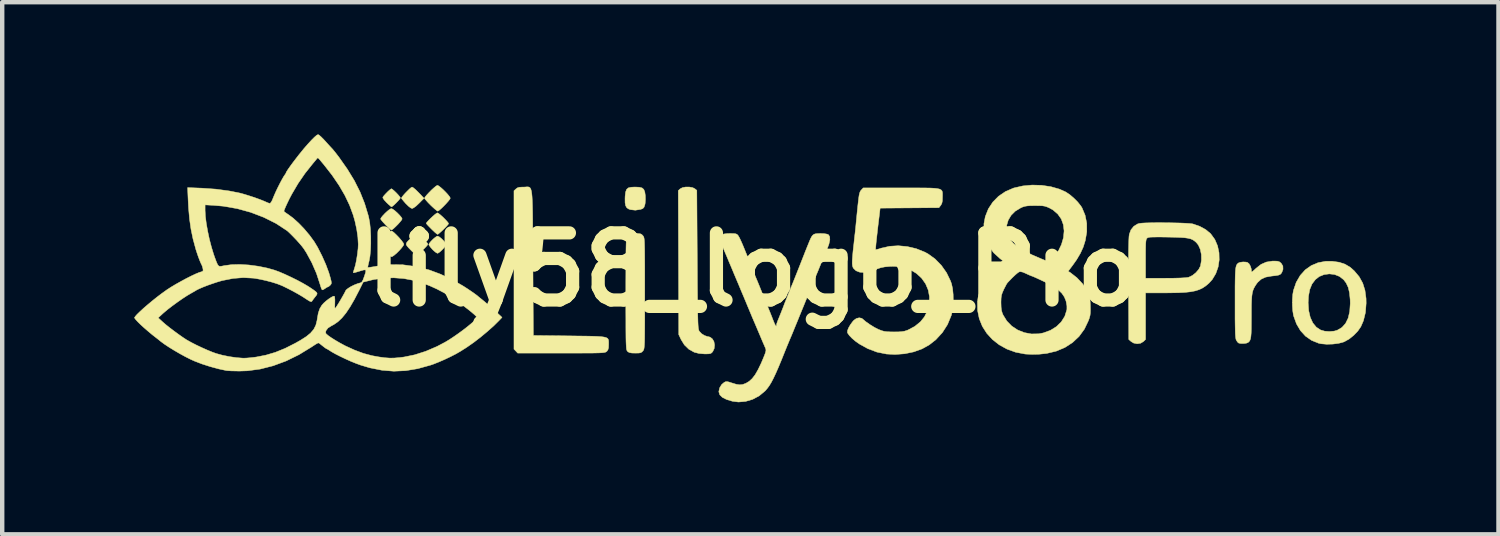
<source format=kicad_pcb>
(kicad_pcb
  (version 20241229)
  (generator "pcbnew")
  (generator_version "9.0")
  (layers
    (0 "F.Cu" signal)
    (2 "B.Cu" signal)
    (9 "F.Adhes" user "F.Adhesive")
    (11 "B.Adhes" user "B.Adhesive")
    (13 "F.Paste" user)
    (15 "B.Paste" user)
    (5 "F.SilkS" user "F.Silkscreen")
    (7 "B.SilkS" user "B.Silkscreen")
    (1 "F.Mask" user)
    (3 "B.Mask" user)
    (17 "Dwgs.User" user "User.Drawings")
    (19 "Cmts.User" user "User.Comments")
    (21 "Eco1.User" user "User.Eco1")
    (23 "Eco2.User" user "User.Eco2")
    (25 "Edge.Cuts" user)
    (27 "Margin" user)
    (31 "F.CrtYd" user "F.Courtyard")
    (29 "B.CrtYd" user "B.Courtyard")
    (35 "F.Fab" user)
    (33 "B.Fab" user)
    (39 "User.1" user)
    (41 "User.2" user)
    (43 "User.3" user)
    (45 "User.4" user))
  (footprint "lily58_logo_Pro"
    (layer "F.Cu")
    (at 14.053 3.073)
    (property "Reference" "lily58_logo_Pro" (at 0 0 0) (layer "F.SilkS") (effects (font (size 1.524 1.524) (thickness 0.3))))
    (attr through_hole)
    (fp_poly (pts (xy -7.134 -0.748) (xy -7.087 -0.712) (xy -7.039 -0.666) (xy -6.998 -0.618) (xy -6.977 -0.58) (xy -6.975 -0.571) (xy -6.989 -0.539) (xy -7.024 -0.493) (xy -7.07 -0.444) (xy -7.117 -0.401) (xy -7.156 -0.375) (xy -7.17 -0.372) (xy -7.199 -0.386) (xy -7.243 -0.421) (xy -7.283 -0.459) (xy -7.327 -0.509) (xy -7.357 -0.55) (xy -7.366 -0.57) (xy -7.352 -0.6) (xy -7.316 -0.644) (xy -7.27 -0.691) (xy -7.221 -0.732) (xy -7.182 -0.758) (xy -7.168 -0.762) (xy -7.134 -0.748)) (stroke (width 0.01) (type solid)) (fill yes) (layer "F.SilkS"))
    (fp_poly (pts (xy -2.589 -1.872) (xy -2.524 -1.856) (xy -2.484 -1.822) (xy -2.461 -1.764) (xy -2.449 -1.68) (xy -2.447 -1.591) (xy -2.453 -1.507) (xy -2.46 -1.471) (xy -2.479 -1.417) (xy -2.507 -1.387) (xy -2.555 -1.369) (xy -2.676 -1.35) (xy -2.787 -1.363) (xy -2.827 -1.377) (xy -2.869 -1.405) (xy -2.896 -1.451) (xy -2.909 -1.519) (xy -2.91 -1.617) (xy -2.908 -1.67) (xy -2.897 -1.762) (xy -2.875 -1.822) (xy -2.835 -1.857) (xy -2.769 -1.872) (xy -2.686 -1.876) (xy -2.589 -1.872)) (stroke (width 0.01) (type solid)) (fill yes) (layer "F.SilkS"))
    (fp_poly (pts (xy -7.718 -1.86) (xy -7.668 -1.819) (xy -7.601 -1.753) (xy -7.543 -1.693) (xy -7.475 -1.621) (xy -7.591 -1.504) (xy -7.654 -1.445) (xy -7.708 -1.405) (xy -7.744 -1.388) (xy -7.746 -1.388) (xy -7.779 -1.403) (xy -7.827 -1.44) (xy -7.881 -1.493) (xy -7.884 -1.495) (xy -7.932 -1.55) (xy -7.969 -1.595) (xy -7.988 -1.621) (xy -7.988 -1.622) (xy -7.978 -1.644) (xy -7.947 -1.684) (xy -7.903 -1.734) (xy -7.852 -1.786) (xy -7.804 -1.833) (xy -7.765 -1.865) (xy -7.745 -1.875) (xy -7.718 -1.86)) (stroke (width 0.01) (type solid)) (fill yes) (layer "F.SilkS"))
    (fp_poly (pts (xy -8.191 -1.823) (xy -8.151 -1.789) (xy -8.104 -1.744) (xy -8.059 -1.696) (xy -8.025 -1.655) (xy -8.011 -1.63) (xy -8.011 -1.63) (xy -8.024 -1.608) (xy -8.057 -1.568) (xy -8.101 -1.522) (xy -8.148 -1.476) (xy -8.188 -1.441) (xy -8.211 -1.426) (xy -8.212 -1.426) (xy -8.232 -1.439) (xy -8.271 -1.473) (xy -8.321 -1.52) (xy -8.325 -1.524) (xy -8.38 -1.584) (xy -8.408 -1.627) (xy -8.409 -1.646) (xy -8.383 -1.681) (xy -8.342 -1.726) (xy -8.296 -1.773) (xy -8.252 -1.812) (xy -8.222 -1.834) (xy -8.215 -1.837) (xy -8.191 -1.823)) (stroke (width 0.01) (type solid)) (fill yes) (layer "F.SilkS"))
    (fp_poly (pts (xy -7.617 -0.808) (xy -7.574 -0.774) (xy -7.522 -0.729) (xy -7.468 -0.678) (xy -7.423 -0.631) (xy -7.393 -0.595) (xy -7.386 -0.581) (xy -7.399 -0.556) (xy -7.434 -0.515) (xy -7.483 -0.465) (xy -7.536 -0.414) (xy -7.586 -0.37) (xy -7.625 -0.341) (xy -7.641 -0.334) (xy -7.668 -0.348) (xy -7.712 -0.383) (xy -7.757 -0.427) (xy -7.823 -0.494) (xy -7.863 -0.541) (xy -7.88 -0.576) (xy -7.872 -0.608) (xy -7.843 -0.646) (xy -7.791 -0.698) (xy -7.785 -0.704) (xy -7.729 -0.758) (xy -7.681 -0.798) (xy -7.648 -0.819) (xy -7.642 -0.821) (xy -7.617 -0.808)) (stroke (width 0.01) (type solid)) (fill yes) (layer "F.SilkS"))
    (fp_poly (pts (xy -8.185 -1.374) (xy -8.137 -1.339) (xy -8.083 -1.291) (xy -8.031 -1.238) (xy -7.991 -1.191) (xy -7.972 -1.156) (xy -7.972 -1.151) (xy -7.985 -1.126) (xy -8.019 -1.083) (xy -8.065 -1.031) (xy -8.117 -0.979) (xy -8.165 -0.934) (xy -8.201 -0.906) (xy -8.215 -0.9) (xy -8.237 -0.914) (xy -8.278 -0.949) (xy -8.331 -1) (xy -8.348 -1.017) (xy -8.4 -1.073) (xy -8.439 -1.119) (xy -8.459 -1.148) (xy -8.46 -1.153) (xy -8.446 -1.182) (xy -8.41 -1.226) (xy -8.361 -1.278) (xy -8.308 -1.327) (xy -8.259 -1.366) (xy -8.223 -1.386) (xy -8.217 -1.387) (xy -8.185 -1.374)) (stroke (width 0.01) (type solid)) (fill yes) (layer "F.SilkS"))
    (fp_poly (pts (xy -7.144 -1.276) (xy -7.101 -1.242) (xy -7.048 -1.195) (xy -6.996 -1.143) (xy -6.951 -1.095) (xy -6.922 -1.058) (xy -6.917 -1.045) (xy -6.93 -1.023) (xy -6.965 -0.984) (xy -7.012 -0.935) (xy -7.065 -0.884) (xy -7.114 -0.84) (xy -7.151 -0.809) (xy -7.167 -0.801) (xy -7.188 -0.814) (xy -7.228 -0.848) (xy -7.281 -0.898) (xy -7.304 -0.92) (xy -7.358 -0.975) (xy -7.4 -1.019) (xy -7.422 -1.047) (xy -7.425 -1.051) (xy -7.411 -1.074) (xy -7.375 -1.114) (xy -7.327 -1.163) (xy -7.273 -1.213) (xy -7.223 -1.256) (xy -7.185 -1.283) (xy -7.171 -1.29) (xy -7.144 -1.276)) (stroke (width 0.01) (type solid)) (fill yes) (layer "F.SilkS"))
    (fp_poly (pts (xy -8.186 -0.865) (xy -8.142 -0.828) (xy -8.089 -0.776) (xy -8.034 -0.718) (xy -7.985 -0.66) (xy -7.949 -0.611) (xy -7.933 -0.58) (xy -7.933 -0.577) (xy -7.946 -0.544) (xy -7.983 -0.495) (xy -8.033 -0.438) (xy -8.09 -0.381) (xy -8.145 -0.333) (xy -8.19 -0.301) (xy -8.212 -0.293) (xy -8.241 -0.306) (xy -8.289 -0.341) (xy -8.347 -0.391) (xy -8.373 -0.415) (xy -8.434 -0.478) (xy -8.477 -0.533) (xy -8.498 -0.571) (xy -8.499 -0.577) (xy -8.486 -0.605) (xy -8.451 -0.652) (xy -8.403 -0.709) (xy -8.348 -0.768) (xy -8.293 -0.821) (xy -8.247 -0.86) (xy -8.217 -0.879) (xy -8.214 -0.879) (xy -8.186 -0.865)) (stroke (width 0.01) (type solid)) (fill yes) (layer "F.SilkS"))
    (fp_poly (pts (xy -7.141 -1.901) (xy -7.094 -1.865) (xy -7.038 -1.815) (xy -6.981 -1.758) (xy -6.93 -1.702) (xy -6.893 -1.655) (xy -6.878 -1.624) (xy -6.878 -1.624) (xy -6.891 -1.597) (xy -6.926 -1.552) (xy -6.975 -1.497) (xy -7.03 -1.44) (xy -7.085 -1.387) (xy -7.131 -1.348) (xy -7.161 -1.329) (xy -7.165 -1.329) (xy -7.187 -1.342) (xy -7.23 -1.377) (xy -7.286 -1.428) (xy -7.325 -1.465) (xy -7.384 -1.525) (xy -7.43 -1.577) (xy -7.458 -1.612) (xy -7.464 -1.623) (xy -7.45 -1.65) (xy -7.414 -1.694) (xy -7.364 -1.748) (xy -7.308 -1.805) (xy -7.252 -1.856) (xy -7.205 -1.895) (xy -7.174 -1.914) (xy -7.17 -1.915) (xy -7.141 -1.901)) (stroke (width 0.01) (type solid)) (fill yes) (layer "F.SilkS"))
    (fp_poly (pts (xy -1.448 -1.876) (xy -1.373 -1.862) (xy -1.326 -1.838) (xy -1.28 -1.801) (xy -1.27 -0.231) (xy -1.268 0.053) (xy -1.267 0.302) (xy -1.265 0.516) (xy -1.263 0.699) (xy -1.262 0.854) (xy -1.26 0.982) (xy -1.257 1.088) (xy -1.255 1.172) (xy -1.252 1.238) (xy -1.249 1.289) (xy -1.245 1.327) (xy -1.24 1.355) (xy -1.235 1.375) (xy -1.229 1.39) (xy -1.222 1.401) (xy -1.174 1.453) (xy -1.105 1.496) (xy -1.032 1.521) (xy -1.005 1.524) (xy -0.972 1.537) (xy -0.931 1.569) (xy -0.927 1.572) (xy -0.891 1.633) (xy -0.877 1.712) (xy -0.886 1.793) (xy -0.918 1.861) (xy -0.92 1.863) (xy -0.944 1.89) (xy -0.973 1.906) (xy -1.015 1.912) (xy -1.084 1.914) (xy -1.1 1.914) (xy -1.231 1.903) (xy -1.339 1.875) (xy -1.46 1.808) (xy -1.562 1.709) (xy -1.638 1.586) (xy -1.69 1.475) (xy -1.695 -0.16) (xy -1.701 -1.795) (xy -1.658 -1.835) (xy -1.605 -1.863) (xy -1.53 -1.877) (xy -1.448 -1.876)) (stroke (width 0.01) (type solid)) (fill yes) (layer "F.SilkS"))
    (fp_poly (pts (xy -5.098 -1.877) (xy -5.078 -1.869) (xy -5.062 -1.853) (xy -5.048 -1.825) (xy -5.037 -1.785) (xy -5.028 -1.729) (xy -5.021 -1.655) (xy -5.016 -1.561) (xy -5.012 -1.445) (xy -5.009 -1.303) (xy -5.007 -1.135) (xy -5.006 -0.936) (xy -5.005 -0.705) (xy -5.003 -0.44) (xy -5.002 -0.16) (xy -4.992 1.495) (xy -4.177 1.504) (xy -3.967 1.507) (xy -3.792 1.509) (xy -3.65 1.512) (xy -3.537 1.516) (xy -3.45 1.522) (xy -3.385 1.531) (xy -3.339 1.543) (xy -3.309 1.559) (xy -3.292 1.581) (xy -3.284 1.608) (xy -3.282 1.641) (xy -3.282 1.681) (xy -3.282 1.699) (xy -3.285 1.771) (xy -3.297 1.817) (xy -3.319 1.85) (xy -3.325 1.855) (xy -3.336 1.864) (xy -3.349 1.872) (xy -3.368 1.878) (xy -3.396 1.883) (xy -3.436 1.887) (xy -3.492 1.89) (xy -3.567 1.892) (xy -3.664 1.894) (xy -3.787 1.894) (xy -3.939 1.895) (xy -4.123 1.895) (xy -4.343 1.895) (xy -5.347 1.895) (xy -5.389 1.85) (xy -5.432 1.805) (xy -5.432 -1.791) (xy -5.386 -1.833) (xy -5.353 -1.858) (xy -5.309 -1.871) (xy -5.244 -1.875) (xy -5.216 -1.875) (xy -5.18 -1.876) (xy -5.149 -1.879) (xy -5.122 -1.88) (xy -5.098 -1.877)) (stroke (width 0.01) (type solid)) (fill yes) (layer "F.SilkS"))
    (fp_poly (pts (xy 13.306 -0.168) (xy 13.439 -0.124) (xy 13.557 -0.054) (xy 13.649 0.028) (xy 13.76 0.16) (xy 13.841 0.306) (xy 13.892 0.469) (xy 13.917 0.655) (xy 13.919 0.762) (xy 13.903 0.973) (xy 13.857 1.16) (xy 13.798 1.296) (xy 13.73 1.394) (xy 13.638 1.49) (xy 13.534 1.574) (xy 13.429 1.633) (xy 13.409 1.642) (xy 13.296 1.673) (xy 13.162 1.69) (xy 13.024 1.694) (xy 12.897 1.683) (xy 12.837 1.67) (xy 12.68 1.606) (xy 12.542 1.51) (xy 12.427 1.384) (xy 12.337 1.231) (xy 12.273 1.054) (xy 12.268 1.036) (xy 12.252 0.934) (xy 12.244 0.811) (xy 12.244 0.752) (xy 12.602 0.752) (xy 12.614 0.93) (xy 12.65 1.084) (xy 12.708 1.21) (xy 12.788 1.307) (xy 12.884 1.37) (xy 12.977 1.397) (xy 13.085 1.405) (xy 13.192 1.396) (xy 13.262 1.376) (xy 13.369 1.313) (xy 13.452 1.221) (xy 13.511 1.1) (xy 13.546 0.95) (xy 13.558 0.769) (xy 13.556 0.681) (xy 13.541 0.527) (xy 13.512 0.403) (xy 13.465 0.303) (xy 13.407 0.227) (xy 13.313 0.154) (xy 13.202 0.11) (xy 13.083 0.096) (xy 12.963 0.112) (xy 12.852 0.157) (xy 12.765 0.226) (xy 12.689 0.327) (xy 12.638 0.452) (xy 12.61 0.603) (xy 12.602 0.752) (xy 12.244 0.752) (xy 12.244 0.681) (xy 12.253 0.559) (xy 12.269 0.469) (xy 12.331 0.288) (xy 12.421 0.133) (xy 12.535 0.005) (xy 12.672 -0.092) (xy 12.828 -0.158) (xy 13.002 -0.19) (xy 13.147 -0.19) (xy 13.306 -0.168)) (stroke (width 0.01) (type solid)) (fill yes) (layer "F.SilkS"))
    (fp_poly (pts (xy -2.61 -0.819) (xy -2.563 -0.814) (xy -2.532 -0.8) (xy -2.508 -0.776) (xy -2.502 -0.769) (xy -2.494 -0.758) (xy -2.487 -0.745) (xy -2.481 -0.728) (xy -2.476 -0.702) (xy -2.472 -0.666) (xy -2.469 -0.617) (xy -2.467 -0.551) (xy -2.465 -0.466) (xy -2.464 -0.358) (xy -2.463 -0.226) (xy -2.462 -0.064) (xy -2.462 0.128) (xy -2.462 0.354) (xy -2.462 0.537) (xy -2.462 0.79) (xy -2.462 1.006) (xy -2.462 1.189) (xy -2.463 1.341) (xy -2.464 1.466) (xy -2.465 1.567) (xy -2.467 1.647) (xy -2.47 1.708) (xy -2.474 1.753) (xy -2.478 1.785) (xy -2.483 1.808) (xy -2.489 1.824) (xy -2.496 1.836) (xy -2.502 1.844) (xy -2.528 1.871) (xy -2.557 1.887) (xy -2.602 1.894) (xy -2.673 1.895) (xy -2.678 1.895) (xy -2.757 1.893) (xy -2.807 1.884) (xy -2.841 1.867) (xy -2.853 1.856) (xy -2.86 1.847) (xy -2.867 1.836) (xy -2.873 1.82) (xy -2.878 1.795) (xy -2.881 1.759) (xy -2.884 1.709) (xy -2.887 1.641) (xy -2.889 1.555) (xy -2.89 1.445) (xy -2.891 1.31) (xy -2.891 1.146) (xy -2.892 0.951) (xy -2.892 0.722) (xy -2.892 0.546) (xy -2.892 0.29) (xy -2.891 0.07) (xy -2.891 -0.117) (xy -2.89 -0.274) (xy -2.889 -0.402) (xy -2.887 -0.506) (xy -2.885 -0.588) (xy -2.882 -0.651) (xy -2.878 -0.697) (xy -2.874 -0.731) (xy -2.869 -0.753) (xy -2.863 -0.768) (xy -2.86 -0.772) (xy -2.84 -0.798) (xy -2.814 -0.812) (xy -2.772 -0.819) (xy -2.704 -0.821) (xy -2.686 -0.821) (xy -2.61 -0.819)) (stroke (width 0.01) (type solid)) (fill yes) (layer "F.SilkS"))
    (fp_poly (pts (xy 11.904 -0.192) (xy 11.951 -0.177) (xy 11.988 -0.147) (xy 12.028 -0.083) (xy 12.031 -0.008) (xy 12.006 0.059) (xy 11.987 0.09) (xy 11.964 0.11) (xy 11.926 0.125) (xy 11.868 0.135) (xy 11.779 0.145) (xy 11.764 0.147) (xy 11.636 0.17) (xy 11.536 0.216) (xy 11.457 0.287) (xy 11.43 0.322) (xy 11.396 0.374) (xy 11.369 0.422) (xy 11.349 0.471) (xy 11.334 0.528) (xy 11.324 0.598) (xy 11.318 0.687) (xy 11.314 0.799) (xy 11.313 0.941) (xy 11.313 1.059) (xy 11.312 1.219) (xy 11.311 1.345) (xy 11.308 1.442) (xy 11.302 1.514) (xy 11.293 1.566) (xy 11.281 1.603) (xy 11.265 1.629) (xy 11.243 1.65) (xy 11.236 1.655) (xy 11.197 1.67) (xy 11.137 1.677) (xy 11.073 1.677) (xy 11.024 1.667) (xy 10.998 1.644) (xy 10.971 1.602) (xy 10.97 1.601) (xy 10.963 1.582) (xy 10.957 1.551) (xy 10.952 1.507) (xy 10.948 1.444) (xy 10.946 1.361) (xy 10.944 1.252) (xy 10.942 1.115) (xy 10.942 0.945) (xy 10.942 0.752) (xy 10.942 0.548) (xy 10.942 0.379) (xy 10.944 0.242) (xy 10.946 0.134) (xy 10.95 0.049) (xy 10.955 -0.015) (xy 10.963 -0.061) (xy 10.973 -0.095) (xy 10.985 -0.119) (xy 11.001 -0.137) (xy 11.018 -0.151) (xy 11.061 -0.167) (xy 11.124 -0.175) (xy 11.188 -0.172) (xy 11.224 -0.164) (xy 11.261 -0.133) (xy 11.292 -0.077) (xy 11.311 -0.013) (xy 11.313 0.014) (xy 11.314 0.041) (xy 11.321 0.051) (xy 11.34 0.041) (xy 11.377 0.009) (xy 11.422 -0.033) (xy 11.533 -0.12) (xy 11.651 -0.172) (xy 11.787 -0.194) (xy 11.835 -0.195) (xy 11.904 -0.192)) (stroke (width 0.01) (type solid)) (fill yes) (layer "F.SilkS"))
    (fp_poly (pts (xy 9.424 -1.065) (xy 9.565 -1.062) (xy 9.697 -1.059) (xy 9.812 -1.054) (xy 9.905 -1.048) (xy 9.969 -1.041) (xy 9.984 -1.038) (xy 10.138 -0.985) (xy 10.275 -0.91) (xy 10.385 -0.819) (xy 10.391 -0.812) (xy 10.483 -0.685) (xy 10.545 -0.54) (xy 10.578 -0.383) (xy 10.582 -0.221) (xy 10.558 -0.062) (xy 10.505 0.089) (xy 10.425 0.223) (xy 10.351 0.305) (xy 10.281 0.365) (xy 10.209 0.414) (xy 10.131 0.452) (xy 10.042 0.481) (xy 9.935 0.502) (xy 9.807 0.516) (xy 9.653 0.524) (xy 9.466 0.527) (xy 9.377 0.528) (xy 8.91 0.528) (xy 8.91 1.584) (xy 8.862 1.632) (xy 8.797 1.671) (xy 8.719 1.683) (xy 8.639 1.667) (xy 8.583 1.633) (xy 8.529 1.586) (xy 8.523 0.447) (xy 8.522 0.17) (xy 8.522 -0.069) (xy 8.523 -0.245) (xy 8.91 -0.245) (xy 8.91 0.195) (xy 9.362 0.195) (xy 9.547 0.194) (xy 9.695 0.19) (xy 9.804 0.184) (xy 9.875 0.176) (xy 9.893 0.171) (xy 9.974 0.132) (xy 10.053 0.069) (xy 10.117 -0.006) (xy 10.157 -0.083) (xy 10.158 -0.088) (xy 10.179 -0.215) (xy 10.177 -0.342) (xy 10.153 -0.46) (xy 10.108 -0.56) (xy 10.06 -0.619) (xy 10.02 -0.653) (xy 9.979 -0.68) (xy 9.931 -0.7) (xy 9.871 -0.714) (xy 9.794 -0.725) (xy 9.694 -0.731) (xy 9.565 -0.736) (xy 9.416 -0.739) (xy 9.271 -0.741) (xy 9.161 -0.741) (xy 9.079 -0.74) (xy 9.022 -0.738) (xy 8.984 -0.733) (xy 8.959 -0.725) (xy 8.944 -0.715) (xy 8.942 -0.713) (xy 8.931 -0.698) (xy 8.923 -0.675) (xy 8.917 -0.637) (xy 8.913 -0.58) (xy 8.911 -0.499) (xy 8.91 -0.389) (xy 8.91 -0.245) (xy 8.523 -0.245) (xy 8.523 -0.272) (xy 8.524 -0.44) (xy 8.527 -0.575) (xy 8.53 -0.679) (xy 8.534 -0.752) (xy 8.54 -0.797) (xy 8.54 -0.801) (xy 8.578 -0.904) (xy 8.643 -0.985) (xy 8.727 -1.037) (xy 8.768 -1.049) (xy 8.821 -1.056) (xy 8.905 -1.061) (xy 9.015 -1.064) (xy 9.142 -1.066) (xy 9.281 -1.066) (xy 9.424 -1.065)) (stroke (width 0.01) (type solid)) (fill yes) (layer "F.SilkS"))
    (fp_poly (pts (xy 3.904 -1.855) (xy 4.022 -1.853) (xy 4.114 -1.848) (xy 4.184 -1.84) (xy 4.233 -1.829) (xy 4.266 -1.812) (xy 4.286 -1.791) (xy 4.296 -1.763) (xy 4.299 -1.729) (xy 4.299 -1.687) (xy 4.298 -1.644) (xy 4.296 -1.562) (xy 4.285 -1.508) (xy 4.264 -1.467) (xy 4.258 -1.459) (xy 4.218 -1.407) (xy 3.55 -1.402) (xy 2.883 -1.397) (xy 2.86 -1.202) (xy 2.835 -0.998) (xy 2.816 -0.831) (xy 2.801 -0.698) (xy 2.79 -0.596) (xy 2.784 -0.524) (xy 2.78 -0.478) (xy 2.781 -0.457) (xy 2.782 -0.455) (xy 2.803 -0.457) (xy 2.85 -0.469) (xy 2.914 -0.489) (xy 3.098 -0.531) (xy 3.295 -0.543) (xy 3.499 -0.524) (xy 3.7 -0.477) (xy 3.89 -0.401) (xy 3.968 -0.36) (xy 4.129 -0.244) (xy 4.272 -0.098) (xy 4.391 0.071) (xy 4.481 0.257) (xy 4.504 0.322) (xy 4.528 0.432) (xy 4.541 0.565) (xy 4.543 0.71) (xy 4.534 0.852) (xy 4.514 0.979) (xy 4.498 1.04) (xy 4.413 1.246) (xy 4.296 1.429) (xy 4.148 1.59) (xy 3.999 1.707) (xy 3.834 1.799) (xy 3.645 1.867) (xy 3.439 1.91) (xy 3.224 1.926) (xy 3.028 1.916) (xy 2.81 1.872) (xy 2.599 1.792) (xy 2.413 1.689) (xy 2.325 1.627) (xy 2.246 1.56) (xy 2.183 1.495) (xy 2.145 1.44) (xy 2.139 1.425) (xy 2.142 1.383) (xy 2.166 1.322) (xy 2.207 1.251) (xy 2.258 1.181) (xy 2.286 1.15) (xy 2.343 1.109) (xy 2.407 1.093) (xy 2.465 1.105) (xy 2.485 1.12) (xy 2.558 1.182) (xy 2.653 1.249) (xy 2.754 1.311) (xy 2.845 1.358) (xy 2.855 1.361) (xy 2.917 1.385) (xy 2.974 1.401) (xy 3.037 1.409) (xy 3.118 1.413) (xy 3.195 1.414) (xy 3.299 1.413) (xy 3.376 1.407) (xy 3.437 1.397) (xy 3.493 1.379) (xy 3.516 1.37) (xy 3.67 1.288) (xy 3.8 1.182) (xy 3.889 1.071) (xy 3.962 0.924) (xy 4 0.77) (xy 4.003 0.615) (xy 3.975 0.464) (xy 3.915 0.321) (xy 3.825 0.194) (xy 3.708 0.086) (xy 3.586 0.012) (xy 3.458 -0.038) (xy 3.332 -0.067) (xy 3.193 -0.076) (xy 3.095 -0.073) (xy 2.989 -0.063) (xy 2.902 -0.046) (xy 2.818 -0.018) (xy 2.773 0.001) (xy 2.644 0.046) (xy 2.524 0.064) (xy 2.42 0.058) (xy 2.335 0.025) (xy 2.277 -0.031) (xy 2.263 -0.058) (xy 2.254 -0.092) (xy 2.249 -0.139) (xy 2.25 -0.203) (xy 2.256 -0.29) (xy 2.266 -0.405) (xy 2.282 -0.553) (xy 2.285 -0.573) (xy 2.299 -0.706) (xy 2.315 -0.845) (xy 2.329 -0.978) (xy 2.34 -1.092) (xy 2.344 -1.133) (xy 2.361 -1.306) (xy 2.375 -1.443) (xy 2.387 -1.551) (xy 2.397 -1.633) (xy 2.406 -1.693) (xy 2.416 -1.735) (xy 2.426 -1.765) (xy 2.437 -1.787) (xy 2.451 -1.804) (xy 2.454 -1.808) (xy 2.499 -1.856) (xy 3.36 -1.856) (xy 3.576 -1.856) (xy 3.756 -1.856) (xy 3.904 -1.855)) (stroke (width 0.01) (type solid)) (fill yes) (layer "F.SilkS"))
    (fp_poly (pts (xy 6.55 -1.915) (xy 6.758 -1.884) (xy 6.952 -1.829) (xy 7.097 -1.764) (xy 7.186 -1.705) (xy 7.28 -1.625) (xy 7.369 -1.536) (xy 7.439 -1.448) (xy 7.466 -1.406) (xy 7.537 -1.237) (xy 7.574 -1.053) (xy 7.575 -0.858) (xy 7.541 -0.66) (xy 7.494 -0.511) (xy 7.429 -0.369) (xy 7.342 -0.223) (xy 7.266 -0.115) (xy 7.153 0.036) (xy 7.203 0.068) (xy 7.351 0.184) (xy 7.48 0.321) (xy 7.58 0.469) (xy 7.582 0.473) (xy 7.612 0.531) (xy 7.631 0.58) (xy 7.643 0.631) (xy 7.65 0.697) (xy 7.655 0.787) (xy 7.656 0.811) (xy 7.658 0.911) (xy 7.656 0.984) (xy 7.649 1.042) (xy 7.634 1.098) (xy 7.612 1.159) (xy 7.521 1.35) (xy 7.4 1.516) (xy 7.252 1.655) (xy 7.079 1.767) (xy 6.883 1.85) (xy 6.666 1.902) (xy 6.497 1.92) (xy 6.395 1.923) (xy 6.291 1.922) (xy 6.202 1.918) (xy 6.174 1.916) (xy 5.96 1.875) (xy 5.763 1.804) (xy 5.587 1.707) (xy 5.434 1.587) (xy 5.305 1.446) (xy 5.204 1.288) (xy 5.134 1.115) (xy 5.096 0.93) (xy 5.093 0.755) (xy 5.627 0.755) (xy 5.63 0.851) (xy 5.638 0.922) (xy 5.655 0.982) (xy 5.674 1.028) (xy 5.759 1.166) (xy 5.871 1.281) (xy 6.006 1.37) (xy 6.157 1.43) (xy 6.318 1.46) (xy 6.485 1.457) (xy 6.588 1.437) (xy 6.75 1.378) (xy 6.887 1.293) (xy 6.996 1.186) (xy 7.076 1.059) (xy 7.121 0.915) (xy 7.124 0.9) (xy 7.124 0.823) (xy 7.107 0.729) (xy 7.103 0.711) (xy 7.065 0.618) (xy 7.008 0.535) (xy 6.926 0.458) (xy 6.816 0.381) (xy 6.672 0.303) (xy 6.621 0.278) (xy 6.528 0.234) (xy 6.444 0.195) (xy 6.377 0.165) (xy 6.335 0.148) (xy 6.33 0.147) (xy 6.285 0.129) (xy 6.222 0.101) (xy 6.186 0.084) (xy 6.12 0.056) (xy 6.065 0.045) (xy 6.049 0.047) (xy 6.013 0.067) (xy 5.957 0.114) (xy 5.884 0.183) (xy 5.8 0.27) (xy 5.772 0.3) (xy 5.753 0.328) (xy 5.725 0.381) (xy 5.691 0.447) (xy 5.689 0.452) (xy 5.658 0.522) (xy 5.639 0.58) (xy 5.63 0.642) (xy 5.627 0.723) (xy 5.627 0.755) (xy 5.093 0.755) (xy 5.093 0.737) (xy 5.106 0.634) (xy 5.161 0.435) (xy 5.252 0.248) (xy 5.38 0.071) (xy 5.542 -0.092) (xy 5.667 -0.203) (xy 5.603 -0.253) (xy 5.459 -0.385) (xy 5.35 -0.533) (xy 5.277 -0.693) (xy 5.24 -0.865) (xy 5.24 -0.884) (xy 5.756 -0.884) (xy 5.79 -0.762) (xy 5.836 -0.68) (xy 5.909 -0.596) (xy 6.016 -0.512) (xy 6.159 -0.424) (xy 6.337 -0.334) (xy 6.553 -0.241) (xy 6.624 -0.212) (xy 6.69 -0.188) (xy 6.733 -0.181) (xy 6.765 -0.194) (xy 6.799 -0.229) (xy 6.815 -0.249) (xy 6.923 -0.409) (xy 7 -0.57) (xy 7.046 -0.727) (xy 7.06 -0.879) (xy 7.043 -1.021) (xy 6.996 -1.15) (xy 6.917 -1.262) (xy 6.809 -1.355) (xy 6.727 -1.401) (xy 6.672 -1.425) (xy 6.623 -1.441) (xy 6.568 -1.45) (xy 6.496 -1.453) (xy 6.399 -1.454) (xy 6.298 -1.453) (xy 6.226 -1.448) (xy 6.17 -1.439) (xy 6.119 -1.423) (xy 6.075 -1.403) (xy 5.952 -1.329) (xy 5.857 -1.234) (xy 5.792 -1.125) (xy 5.757 -1.007) (xy 5.756 -0.884) (xy 5.24 -0.884) (xy 5.24 -1.044) (xy 5.271 -1.206) (xy 5.34 -1.38) (xy 5.442 -1.535) (xy 5.572 -1.667) (xy 5.728 -1.773) (xy 5.906 -1.85) (xy 5.921 -1.855) (xy 6.122 -1.901) (xy 6.335 -1.921) (xy 6.55 -1.915)) (stroke (width 0.01) (type solid)) (fill yes) (layer "F.SilkS"))
    (fp_poly (pts (xy 1.617 -0.817) (xy 1.68 -0.806) (xy 1.708 -0.795) (xy 1.737 -0.75) (xy 1.741 -0.677) (xy 1.72 -0.579) (xy 1.685 -0.486) (xy 1.653 -0.41) (xy 1.612 -0.311) (xy 1.566 -0.202) (xy 1.523 -0.098) (xy 1.479 0.011) (xy 1.432 0.123) (xy 1.39 0.226) (xy 1.358 0.303) (xy 1.331 0.37) (xy 1.292 0.464) (xy 1.245 0.578) (xy 1.194 0.703) (xy 1.142 0.831) (xy 1.134 0.85) (xy 1.061 1.028) (xy 1.002 1.174) (xy 0.953 1.292) (xy 0.915 1.386) (xy 0.885 1.459) (xy 0.861 1.516) (xy 0.842 1.56) (xy 0.827 1.596) (xy 0.82 1.612) (xy 0.797 1.668) (xy 0.765 1.745) (xy 0.731 1.829) (xy 0.724 1.846) (xy 0.644 2.046) (xy 0.575 2.212) (xy 0.515 2.349) (xy 0.462 2.462) (xy 0.415 2.553) (xy 0.37 2.628) (xy 0.326 2.689) (xy 0.282 2.742) (xy 0.268 2.756) (xy 0.136 2.866) (xy -0.013 2.945) (xy -0.172 2.992) (xy -0.334 3.006) (xy -0.469 2.989) (xy -0.603 2.949) (xy -0.7 2.9) (xy -0.759 2.842) (xy -0.78 2.775) (xy -0.78 2.768) (xy -0.762 2.685) (xy -0.716 2.609) (xy -0.658 2.56) (xy -0.627 2.545) (xy -0.595 2.542) (xy -0.552 2.551) (xy -0.485 2.573) (xy -0.48 2.574) (xy -0.382 2.604) (xy -0.306 2.615) (xy -0.239 2.608) (xy -0.169 2.582) (xy -0.166 2.581) (xy -0.091 2.536) (xy -0.022 2.473) (xy 0.045 2.386) (xy 0.111 2.271) (xy 0.181 2.126) (xy 0.223 2.027) (xy 0.258 1.941) (xy 0.279 1.883) (xy 0.289 1.842) (xy 0.288 1.811) (xy 0.278 1.78) (xy 0.265 1.752) (xy 0.247 1.709) (xy 0.217 1.641) (xy 0.181 1.556) (xy 0.147 1.475) (xy 0.108 1.383) (xy 0.072 1.298) (xy 0.043 1.23) (xy 0.027 1.192) (xy 0.012 1.159) (xy -0.000461 1.128) (xy -0.015 1.095) (xy -0.033 1.052) (xy -0.057 0.994) (xy -0.09 0.915) (xy -0.134 0.81) (xy -0.162 0.742) (xy -0.215 0.615) (xy -0.273 0.478) (xy -0.332 0.336) (xy -0.392 0.195) (xy -0.449 0.059) (xy -0.501 -0.066) (xy -0.548 -0.176) (xy -0.585 -0.265) (xy -0.612 -0.329) (xy -0.626 -0.361) (xy -0.626 -0.361) (xy -0.674 -0.473) (xy -0.708 -0.555) (xy -0.729 -0.616) (xy -0.74 -0.661) (xy -0.742 -0.695) (xy -0.736 -0.751) (xy -0.713 -0.788) (xy -0.666 -0.81) (xy -0.591 -0.819) (xy -0.527 -0.821) (xy -0.45 -0.82) (xy -0.401 -0.815) (xy -0.371 -0.804) (xy -0.349 -0.784) (xy -0.337 -0.767) (xy -0.312 -0.724) (xy -0.28 -0.657) (xy -0.245 -0.578) (xy -0.236 -0.557) (xy -0.201 -0.472) (xy -0.167 -0.388) (xy -0.14 -0.322) (xy -0.136 -0.313) (xy -0.111 -0.251) (xy -0.078 -0.17) (xy -0.044 -0.083) (xy -0.038 -0.068) (xy -0.008 0.008) (xy 0.018 0.075) (xy 0.036 0.119) (xy 0.039 0.127) (xy 0.066 0.192) (xy 0.104 0.283) (xy 0.147 0.388) (xy 0.191 0.498) (xy 0.215 0.557) (xy 0.255 0.656) (xy 0.3 0.768) (xy 0.341 0.868) (xy 0.342 0.869) (xy 0.379 0.96) (xy 0.417 1.055) (xy 0.448 1.135) (xy 0.451 1.143) (xy 0.485 1.226) (xy 0.51 1.274) (xy 0.524 1.285) (xy 0.528 1.265) (xy 0.535 1.225) (xy 0.553 1.173) (xy 0.555 1.168) (xy 0.595 1.07) (xy 0.64 0.958) (xy 0.681 0.854) (xy 0.69 0.83) (xy 0.715 0.763) (xy 0.75 0.676) (xy 0.788 0.579) (xy 0.825 0.487) (xy 0.856 0.411) (xy 0.87 0.378) (xy 0.884 0.343) (xy 0.911 0.277) (xy 0.947 0.187) (xy 0.99 0.079) (xy 1.038 -0.042) (xy 1.065 -0.11) (xy 1.131 -0.278) (xy 1.184 -0.413) (xy 1.227 -0.52) (xy 1.26 -0.601) (xy 1.285 -0.662) (xy 1.304 -0.705) (xy 1.319 -0.734) (xy 1.33 -0.754) (xy 1.341 -0.768) (xy 1.351 -0.78) (xy 1.353 -0.782) (xy 1.38 -0.803) (xy 1.418 -0.815) (xy 1.479 -0.82) (xy 1.531 -0.821) (xy 1.617 -0.817)) (stroke (width 0.01) (type solid)) (fill yes) (layer "F.SilkS"))
    (fp_poly (pts (xy -9.856 -3.054) (xy -9.813 -3.017) (xy -9.758 -2.962) (xy -9.718 -2.919) (xy -9.658 -2.852) (xy -9.605 -2.794) (xy -9.566 -2.752) (xy -9.552 -2.738) (xy -9.528 -2.709) (xy -9.486 -2.657) (xy -9.435 -2.591) (xy -9.404 -2.55) (xy -9.215 -2.281) (xy -9.057 -2.022) (xy -8.928 -1.766) (xy -8.824 -1.505) (xy -8.742 -1.234) (xy -8.729 -1.182) (xy -8.707 -1.063) (xy -8.692 -0.918) (xy -8.684 -0.76) (xy -8.683 -0.597) (xy -8.689 -0.442) (xy -8.702 -0.304) (xy -8.721 -0.199) (xy -8.738 -0.13) (xy -8.749 -0.077) (xy -8.751 -0.051) (xy -8.751 -0.05) (xy -8.73 -0.05) (xy -8.679 -0.057) (xy -8.606 -0.068) (xy -8.548 -0.079) (xy -8.256 -0.114) (xy -7.959 -0.111) (xy -7.658 -0.07) (xy -7.357 0.007) (xy -7.102 0.102) (xy -7.018 0.141) (xy -6.913 0.193) (xy -6.8 0.252) (xy -6.691 0.311) (xy -6.599 0.364) (xy -6.562 0.387) (xy -6.495 0.43) (xy -6.424 0.478) (xy -6.355 0.525) (xy -6.3 0.565) (xy -6.265 0.591) (xy -6.261 0.595) (xy -6.232 0.62) (xy -6.188 0.655) (xy -6.177 0.664) (xy -6.114 0.715) (xy -6.032 0.785) (xy -5.941 0.866) (xy -5.848 0.95) (xy -5.797 0.996) (xy -5.703 1.084) (xy -5.774 1.159) (xy -5.893 1.277) (xy -6.036 1.404) (xy -6.191 1.533) (xy -6.347 1.653) (xy -6.494 1.756) (xy -6.543 1.788) (xy -6.579 1.81) (xy -6.63 1.843) (xy -6.653 1.857) (xy -6.75 1.913) (xy -6.873 1.976) (xy -7.008 2.04) (xy -7.144 2.099) (xy -7.268 2.148) (xy -7.327 2.168) (xy -7.616 2.248) (xy -7.892 2.294) (xy -8.161 2.306) (xy -8.43 2.284) (xy -8.706 2.229) (xy -8.917 2.166) (xy -9.018 2.129) (xy -9.137 2.081) (xy -9.261 2.025) (xy -9.382 1.967) (xy -9.49 1.912) (xy -9.575 1.864) (xy -9.599 1.848) (xy -9.646 1.818) (xy -9.678 1.8) (xy -9.684 1.798) (xy -9.703 1.788) (xy -9.744 1.758) (xy -9.811 1.705) (xy -9.842 1.68) (xy -9.858 1.668) (xy -9.875 1.664) (xy -9.899 1.673) (xy -9.938 1.696) (xy -9.999 1.736) (xy -10.029 1.756) (xy -10.315 1.931) (xy -10.607 2.074) (xy -10.902 2.183) (xy -11.196 2.258) (xy -11.486 2.297) (xy -11.668 2.303) (xy -11.765 2.301) (xy -11.853 2.299) (xy -11.92 2.295) (xy -11.958 2.292) (xy -12.136 2.254) (xy -12.328 2.202) (xy -12.518 2.141) (xy -12.692 2.074) (xy -12.778 2.035) (xy -12.895 1.976) (xy -13.021 1.907) (xy -13.148 1.833) (xy -13.268 1.759) (xy -13.372 1.69) (xy -13.452 1.631) (xy -13.475 1.612) (xy -13.506 1.587) (xy -13.549 1.553) (xy -13.553 1.55) (xy -13.648 1.476) (xy -13.742 1.397) (xy -13.832 1.319) (xy -13.913 1.245) (xy -13.979 1.18) (xy -14.025 1.129) (xy -14.047 1.097) (xy -14.048 1.094) (xy -13.511 1.094) (xy -13.403 1.193) (xy -13.337 1.25) (xy -13.249 1.32) (xy -13.147 1.397) (xy -13.042 1.474) (xy -12.945 1.542) (xy -12.864 1.595) (xy -12.855 1.6) (xy -12.762 1.652) (xy -12.647 1.711) (xy -12.52 1.771) (xy -12.394 1.827) (xy -12.279 1.874) (xy -12.192 1.905) (xy -12.053 1.943) (xy -11.895 1.975) (xy -11.736 1.998) (xy -11.594 2.009) (xy -11.577 2.01) (xy -11.513 2.008) (xy -11.426 2.001) (xy -11.33 1.99) (xy -11.283 1.984) (xy -11.065 1.941) (xy -10.849 1.877) (xy -10.628 1.787) (xy -10.395 1.669) (xy -10.28 1.604) (xy -10.147 1.519) (xy -10.048 1.438) (xy -10.046 1.435) (xy -9.711 1.435) (xy -9.694 1.46) (xy -9.648 1.499) (xy -9.579 1.547) (xy -9.492 1.602) (xy -9.393 1.66) (xy -9.288 1.717) (xy -9.255 1.734) (xy -9.046 1.829) (xy -8.852 1.901) (xy -8.658 1.953) (xy -8.499 1.982) (xy -8.369 2) (xy -8.257 2.008) (xy -8.148 2.007) (xy -8.026 1.996) (xy -7.929 1.984) (xy -7.686 1.934) (xy -7.433 1.853) (xy -7.179 1.744) (xy -6.995 1.647) (xy -6.9 1.59) (xy -6.797 1.522) (xy -6.691 1.448) (xy -6.587 1.372) (xy -6.49 1.297) (xy -6.405 1.227) (xy -6.337 1.167) (xy -6.291 1.12) (xy -6.272 1.089) (xy -6.272 1.087) (xy -6.287 1.063) (xy -6.33 1.021) (xy -6.395 0.965) (xy -6.477 0.899) (xy -6.57 0.828) (xy -6.669 0.755) (xy -6.769 0.684) (xy -6.866 0.619) (xy -6.952 0.564) (xy -7.005 0.533) (xy -7.182 0.44) (xy -7.343 0.367) (xy -7.502 0.307) (xy -7.672 0.255) (xy -7.722 0.242) (xy -7.933 0.202) (xy -8.16 0.185) (xy -8.388 0.192) (xy -8.604 0.222) (xy -8.663 0.235) (xy -8.856 0.283) (xy -8.948 0.469) (xy -9.055 0.675) (xy -9.154 0.846) (xy -9.247 0.985) (xy -9.339 1.097) (xy -9.43 1.183) (xy -9.524 1.248) (xy -9.576 1.275) (xy -9.655 1.325) (xy -9.701 1.386) (xy -9.711 1.435) (xy -10.046 1.435) (xy -9.978 1.354) (xy -9.931 1.261) (xy -9.904 1.153) (xy -9.898 1.114) (xy -9.876 0.988) (xy -9.843 0.889) (xy -9.795 0.808) (xy -9.792 0.805) (xy -9.751 0.759) (xy -9.696 0.71) (xy -9.636 0.664) (xy -9.579 0.627) (xy -9.535 0.604) (xy -9.51 0.603) (xy -9.51 0.603) (xy -9.502 0.63) (xy -9.498 0.685) (xy -9.499 0.755) (xy -9.499 0.76) (xy -9.501 0.831) (xy -9.5 0.868) (xy -9.493 0.878) (xy -9.48 0.865) (xy -9.48 0.865) (xy -9.454 0.827) (xy -9.418 0.77) (xy -9.377 0.702) (xy -9.336 0.631) (xy -9.3 0.567) (xy -9.273 0.518) (xy -9.261 0.492) (xy -9.261 0.491) (xy -9.244 0.462) (xy -9.199 0.425) (xy -9.135 0.385) (xy -9.06 0.348) (xy -8.984 0.318) (xy -8.935 0.304) (xy -8.904 0.294) (xy -8.881 0.273) (xy -8.86 0.233) (xy -8.835 0.166) (xy -8.828 0.146) (xy -8.803 0.07) (xy -8.795 0.025) (xy -8.807 0.005) (xy -8.844 0.007) (xy -8.912 0.026) (xy -8.951 0.038) (xy -9.014 0.057) (xy -9.061 0.069) (xy -9.08 0.071) (xy -9.078 0.05) (xy -9.065 0.006) (xy -9.057 -0.018) (xy -9.03 -0.111) (xy -9.006 -0.23) (xy -8.986 -0.358) (xy -8.972 -0.482) (xy -8.968 -0.576) (xy -8.977 -0.737) (xy -9.003 -0.917) (xy -9.043 -1.101) (xy -9.083 -1.241) (xy -9.166 -1.465) (xy -9.272 -1.687) (xy -9.403 -1.912) (xy -9.561 -2.144) (xy -9.75 -2.386) (xy -9.871 -2.53) (xy -9.893 -2.537) (xy -9.902 -2.527) (xy -9.921 -2.503) (xy -9.958 -2.458) (xy -10.006 -2.401) (xy -10.013 -2.392) (xy -10.177 -2.186) (xy -10.335 -1.956) (xy -10.476 -1.716) (xy -10.53 -1.614) (xy -10.576 -1.519) (xy -10.614 -1.437) (xy -10.641 -1.373) (xy -10.655 -1.333) (xy -10.656 -1.325) (xy -10.634 -1.305) (xy -10.591 -1.274) (xy -10.566 -1.258) (xy -10.448 -1.171) (xy -10.321 -1.056) (xy -10.194 -0.924) (xy -10.074 -0.781) (xy -9.968 -0.636) (xy -9.892 -0.51) (xy -9.791 -0.311) (xy -9.704 -0.115) (xy -9.636 0.068) (xy -9.603 0.181) (xy -9.585 0.251) (xy -9.578 0.294) (xy -9.581 0.321) (xy -9.595 0.343) (xy -9.603 0.352) (xy -9.636 0.381) (xy -9.657 0.391) (xy -9.684 0.402) (xy -9.723 0.429) (xy -9.724 0.43) (xy -9.763 0.454) (xy -9.788 0.46) (xy -9.788 0.459) (xy -9.801 0.437) (xy -9.819 0.388) (xy -9.837 0.328) (xy -9.917 0.084) (xy -10.022 -0.157) (xy -10.143 -0.38) (xy -10.201 -0.471) (xy -10.244 -0.528) (xy -10.305 -0.6) (xy -10.377 -0.68) (xy -10.452 -0.758) (xy -10.521 -0.827) (xy -10.576 -0.878) (xy -10.592 -0.89) (xy -10.839 -1.051) (xy -11.113 -1.188) (xy -11.408 -1.301) (xy -11.716 -1.386) (xy -12.031 -1.441) (xy -12.246 -1.46) (xy -12.446 -1.471) (xy -12.446 -1.346) (xy -12.439 -1.212) (xy -12.419 -1.053) (xy -12.388 -0.876) (xy -12.349 -0.693) (xy -12.302 -0.513) (xy -12.251 -0.346) (xy -12.222 -0.264) (xy -12.189 -0.176) (xy -12.164 -0.119) (xy -12.141 -0.087) (xy -12.114 -0.075) (xy -12.075 -0.078) (xy -12.018 -0.089) (xy -12.012 -0.091) (xy -11.848 -0.113) (xy -11.658 -0.118) (xy -11.453 -0.106) (xy -11.243 -0.078) (xy -11.036 -0.036) (xy -10.873 0.01) (xy -10.766 0.049) (xy -10.637 0.104) (xy -10.496 0.17) (xy -10.354 0.24) (xy -10.222 0.311) (xy -10.111 0.376) (xy -10.072 0.401) (xy -9.99 0.456) (xy -9.937 0.495) (xy -9.909 0.523) (xy -9.902 0.548) (xy -9.913 0.574) (xy -9.939 0.608) (xy -9.946 0.617) (xy -9.985 0.667) (xy -10.014 0.707) (xy -10.022 0.72) (xy -10.038 0.728) (xy -10.071 0.716) (xy -10.126 0.683) (xy -10.162 0.659) (xy -10.239 0.609) (xy -10.341 0.549) (xy -10.455 0.486) (xy -10.571 0.426) (xy -10.677 0.374) (xy -10.718 0.356) (xy -10.812 0.32) (xy -10.931 0.283) (xy -11.064 0.248) (xy -11.196 0.219) (xy -11.314 0.198) (xy -11.351 0.193) (xy -11.58 0.181) (xy -11.808 0.199) (xy -12.047 0.246) (xy -12.085 0.256) (xy -12.179 0.284) (xy -12.284 0.319) (xy -12.392 0.357) (xy -12.492 0.396) (xy -12.576 0.432) (xy -12.636 0.461) (xy -12.651 0.471) (xy -12.678 0.487) (xy -12.727 0.515) (xy -12.768 0.538) (xy -12.856 0.59) (xy -12.963 0.66) (xy -13.079 0.741) (xy -13.195 0.826) (xy -13.299 0.906) (xy -13.381 0.975) (xy -13.394 0.986) (xy -13.511 1.094) (xy -14.048 1.094) (xy -14.048 1.092) (xy -14.033 1.064) (xy -13.992 1.017) (xy -13.928 0.955) (xy -13.847 0.88) (xy -13.753 0.799) (xy -13.65 0.713) (xy -13.544 0.628) (xy -13.439 0.548) (xy -13.339 0.476) (xy -13.317 0.46) (xy -13.223 0.399) (xy -13.113 0.333) (xy -12.993 0.266) (xy -12.873 0.201) (xy -12.76 0.144) (xy -12.66 0.097) (xy -12.583 0.065) (xy -12.557 0.057) (xy -12.51 0.042) (xy -12.491 0.023) (xy -12.493 -0.012) (xy -12.496 -0.026) (xy -12.509 -0.075) (xy -12.522 -0.107) (xy -12.522 -0.107) (xy -12.541 -0.145) (xy -12.568 -0.209) (xy -12.599 -0.29) (xy -12.629 -0.378) (xy -12.656 -0.461) (xy -12.658 -0.469) (xy -12.72 -0.697) (xy -12.766 -0.919) (xy -12.799 -1.148) (xy -12.821 -1.395) (xy -12.83 -1.561) (xy -12.843 -1.863) (xy -12.513 -1.85) (xy -12.2 -1.828) (xy -11.897 -1.787) (xy -11.651 -1.738) (xy -11.575 -1.717) (xy -11.479 -1.688) (xy -11.374 -1.654) (xy -11.269 -1.618) (xy -11.175 -1.583) (xy -11.103 -1.554) (xy -11.074 -1.541) (xy -11.022 -1.518) (xy -10.981 -1.505) (xy -10.974 -1.504) (xy -10.953 -1.522) (xy -10.925 -1.569) (xy -10.901 -1.627) (xy -10.873 -1.695) (xy -10.835 -1.78) (xy -10.79 -1.873) (xy -10.743 -1.966) (xy -10.699 -2.048) (xy -10.662 -2.113) (xy -10.636 -2.151) (xy -10.636 -2.151) (xy -10.614 -2.183) (xy -10.609 -2.197) (xy -10.598 -2.222) (xy -10.566 -2.272) (xy -10.517 -2.342) (xy -10.455 -2.427) (xy -10.384 -2.52) (xy -10.309 -2.617) (xy -10.284 -2.647) (xy -10.194 -2.758) (xy -10.107 -2.857) (xy -10.029 -2.942) (xy -9.963 -3.008) (xy -9.913 -3.051) (xy -9.882 -3.067) (xy -9.881 -3.068) (xy -9.856 -3.054)) (stroke (width 0.01) (type solid)) (fill yes) (layer "F.SilkS")))
  (gr_rect
    (start -3 -3)
    (end 30.977 9.083)
    (stroke (width 0.1) (type default))
    (fill no)
    (layer "Edge.Cuts")))
</source>
